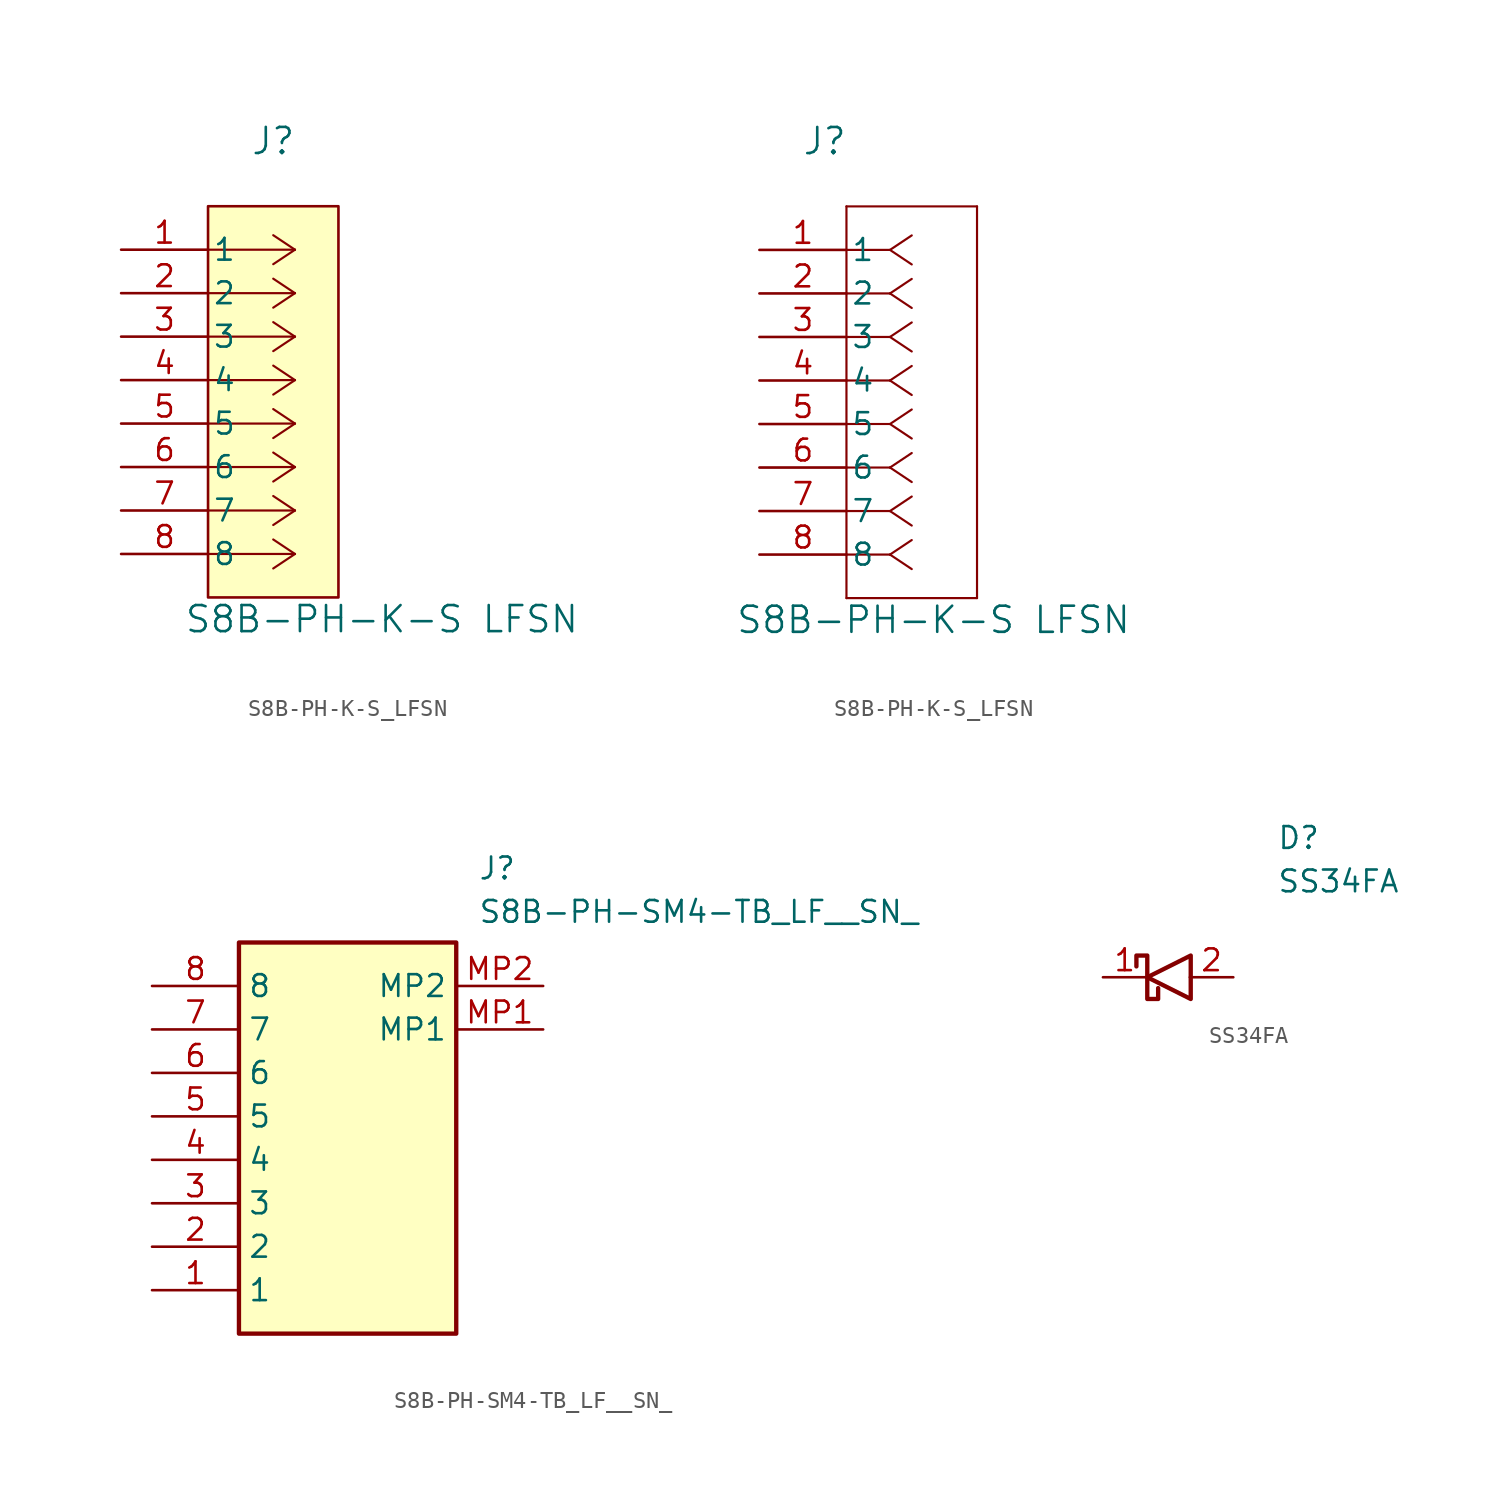
<source format=kicad_sym>
(kicad_symbol_lib
  (version 20220914)
  (generator kicad_symbol_editor)
  (symbol "S8B-PH-K-S_LFSN"
    (pin_names
      (offset 0.254))
    (property "Reference" "J"
      (at 3.81 6.35 0)
      (effects (font (size 1.524 1.524))))
    (property "Value" "S8B-PH-K-S LFSN"
      (at 10.16 -21.59 0)
      (effects (font (size 1.524 1.524))))
    (property "ki_locked" ""
      (at 0 0 0)
      (effects (font (size 1.27 1.27))))
    (symbol "S8B-PH-K-S_LFSN_1_1"
      (polyline (pts (xy 5.08 -17.78) (xy 0 -17.78)) (stroke (width 0.127) (type default)) (fill (type none)))
      (polyline (pts (xy 5.08 -17.78) (xy 3.81 -18.627)) (stroke (width 0.127) (type default)) (fill (type none)))
      (polyline (pts (xy 5.08 -17.78) (xy 3.81 -16.933)) (stroke (width 0.127) (type default)) (fill (type none)))
      (polyline (pts (xy 5.08 -15.24) (xy 0 -15.24)) (stroke (width 0.127) (type default)) (fill (type none)))
      (polyline (pts (xy 5.08 -15.24) (xy 3.81 -16.087)) (stroke (width 0.127) (type default)) (fill (type none)))
      (polyline (pts (xy 5.08 -15.24) (xy 3.81 -14.393)) (stroke (width 0.127) (type default)) (fill (type none)))
      (polyline (pts (xy 5.08 -12.7) (xy 0 -12.7)) (stroke (width 0.127) (type default)) (fill (type none)))
      (polyline (pts (xy 5.08 -12.7) (xy 3.81 -13.547)) (stroke (width 0.127) (type default)) (fill (type none)))
      (polyline (pts (xy 5.08 -12.7) (xy 3.81 -11.853)) (stroke (width 0.127) (type default)) (fill (type none)))
      (polyline (pts (xy 5.08 -10.16) (xy 0 -10.16)) (stroke (width 0.127) (type default)) (fill (type none)))
      (polyline (pts (xy 5.08 -10.16) (xy 3.81 -11.007)) (stroke (width 0.127) (type default)) (fill (type none)))
      (polyline (pts (xy 5.08 -10.16) (xy 3.81 -9.313)) (stroke (width 0.127) (type default)) (fill (type none)))
      (polyline (pts (xy 5.08 -7.62) (xy 0 -7.62)) (stroke (width 0.127) (type default)) (fill (type none)))
      (polyline (pts (xy 5.08 -7.62) (xy 3.81 -8.467)) (stroke (width 0.127) (type default)) (fill (type none)))
      (polyline (pts (xy 5.08 -7.62) (xy 3.81 -6.773)) (stroke (width 0.127) (type default)) (fill (type none)))
      (polyline (pts (xy 5.08 -5.08) (xy 0 -5.08)) (stroke (width 0.127) (type default)) (fill (type none)))
      (polyline (pts (xy 5.08 -5.08) (xy 3.81 -5.927)) (stroke (width 0.127) (type default)) (fill (type none)))
      (polyline (pts (xy 5.08 -5.08) (xy 3.81 -4.233)) (stroke (width 0.127) (type default)) (fill (type none)))
      (polyline (pts (xy 5.08 -2.54) (xy 0 -2.54)) (stroke (width 0.127) (type default)) (fill (type none)))
      (polyline (pts (xy 5.08 -2.54) (xy 3.81 -3.387)) (stroke (width 0.127) (type default)) (fill (type none)))
      (polyline (pts (xy 5.08 -2.54) (xy 3.81 -1.693)) (stroke (width 0.127) (type default)) (fill (type none)))
      (polyline (pts (xy 5.08 0) (xy 0 0)) (stroke (width 0.127) (type default)) (fill (type none)))
      (polyline (pts (xy 5.08 0) (xy 3.81 -0.847)) (stroke (width 0.127) (type default)) (fill (type none)))
      (polyline (pts (xy 5.08 0) (xy 3.81 0.847)) (stroke (width 0.127) (type default)) (fill (type none)))
      (rectangle (start 0 2.54) (end 7.62 -20.32) (stroke (width 0) (type default)) (fill (type background)))
      (pin unspecified line (at -5.08 0 0) (length 5.08) (name "1" (effects (font (size 1.27 1.27)))) (number "1" (effects (font (size 1.27 1.27)))))
      (pin unspecified line (at -5.08 -2.54 0) (length 5.08) (name "2" (effects (font (size 1.27 1.27)))) (number "2" (effects (font (size 1.27 1.27)))))
      (pin unspecified line (at -5.08 -5.08 0) (length 5.08) (name "3" (effects (font (size 1.27 1.27)))) (number "3" (effects (font (size 1.27 1.27)))))
      (pin unspecified line (at -5.08 -7.62 0) (length 5.08) (name "4" (effects (font (size 1.27 1.27)))) (number "4" (effects (font (size 1.27 1.27)))))
      (pin unspecified line (at -5.08 -10.16 0) (length 5.08) (name "5" (effects (font (size 1.27 1.27)))) (number "5" (effects (font (size 1.27 1.27)))))
      (pin unspecified line (at -5.08 -12.7 0) (length 5.08) (name "6" (effects (font (size 1.27 1.27)))) (number "6" (effects (font (size 1.27 1.27)))))
      (pin unspecified line (at -5.08 -15.24 0) (length 5.08) (name "7" (effects (font (size 1.27 1.27)))) (number "7" (effects (font (size 1.27 1.27)))))
      (pin unspecified line (at -5.08 -17.78 0) (length 5.08) (name "8" (effects (font (size 1.27 1.27)))) (number "8" (effects (font (size 1.27 1.27))))))
    (symbol "S8B-PH-K-S_LFSN_1_2"
      (polyline (pts (xy 5.08 -20.32) (xy 12.7 -20.32)) (stroke (width 0.127) (type default)) (fill (type none)))
      (polyline (pts (xy 5.08 2.54) (xy 5.08 -20.32)) (stroke (width 0.127) (type default)) (fill (type none)))
      (polyline (pts (xy 7.62 -17.78) (xy 5.08 -17.78)) (stroke (width 0.127) (type default)) (fill (type none)))
      (polyline (pts (xy 7.62 -17.78) (xy 8.89 -18.627)) (stroke (width 0.127) (type default)) (fill (type none)))
      (polyline (pts (xy 7.62 -17.78) (xy 8.89 -16.933)) (stroke (width 0.127) (type default)) (fill (type none)))
      (polyline (pts (xy 7.62 -15.24) (xy 5.08 -15.24)) (stroke (width 0.127) (type default)) (fill (type none)))
      (polyline (pts (xy 7.62 -15.24) (xy 8.89 -16.087)) (stroke (width 0.127) (type default)) (fill (type none)))
      (polyline (pts (xy 7.62 -15.24) (xy 8.89 -14.393)) (stroke (width 0.127) (type default)) (fill (type none)))
      (polyline (pts (xy 7.62 -12.7) (xy 5.08 -12.7)) (stroke (width 0.127) (type default)) (fill (type none)))
      (polyline (pts (xy 7.62 -12.7) (xy 8.89 -13.547)) (stroke (width 0.127) (type default)) (fill (type none)))
      (polyline (pts (xy 7.62 -12.7) (xy 8.89 -11.853)) (stroke (width 0.127) (type default)) (fill (type none)))
      (polyline (pts (xy 7.62 -10.16) (xy 5.08 -10.16)) (stroke (width 0.127) (type default)) (fill (type none)))
      (polyline (pts (xy 7.62 -10.16) (xy 8.89 -11.007)) (stroke (width 0.127) (type default)) (fill (type none)))
      (polyline (pts (xy 7.62 -10.16) (xy 8.89 -9.313)) (stroke (width 0.127) (type default)) (fill (type none)))
      (polyline (pts (xy 7.62 -7.62) (xy 5.08 -7.62)) (stroke (width 0.127) (type default)) (fill (type none)))
      (polyline (pts (xy 7.62 -7.62) (xy 8.89 -8.467)) (stroke (width 0.127) (type default)) (fill (type none)))
      (polyline (pts (xy 7.62 -7.62) (xy 8.89 -6.773)) (stroke (width 0.127) (type default)) (fill (type none)))
      (polyline (pts (xy 7.62 -5.08) (xy 5.08 -5.08)) (stroke (width 0.127) (type default)) (fill (type none)))
      (polyline (pts (xy 7.62 -5.08) (xy 8.89 -5.927)) (stroke (width 0.127) (type default)) (fill (type none)))
      (polyline (pts (xy 7.62 -5.08) (xy 8.89 -4.233)) (stroke (width 0.127) (type default)) (fill (type none)))
      (polyline (pts (xy 7.62 -2.54) (xy 5.08 -2.54)) (stroke (width 0.127) (type default)) (fill (type none)))
      (polyline (pts (xy 7.62 -2.54) (xy 8.89 -3.387)) (stroke (width 0.127) (type default)) (fill (type none)))
      (polyline (pts (xy 7.62 -2.54) (xy 8.89 -1.693)) (stroke (width 0.127) (type default)) (fill (type none)))
      (polyline (pts (xy 7.62 0) (xy 5.08 0)) (stroke (width 0.127) (type default)) (fill (type none)))
      (polyline (pts (xy 7.62 0) (xy 8.89 -0.847)) (stroke (width 0.127) (type default)) (fill (type none)))
      (polyline (pts (xy 7.62 0) (xy 8.89 0.847)) (stroke (width 0.127) (type default)) (fill (type none)))
      (polyline (pts (xy 12.7 -20.32) (xy 12.7 2.54)) (stroke (width 0.127) (type default)) (fill (type none)))
      (polyline (pts (xy 12.7 2.54) (xy 5.08 2.54)) (stroke (width 0.127) (type default)) (fill (type none)))
      (pin unspecified line (at 0 0 0) (length 5.08) (name "1" (effects (font (size 1.27 1.27)))) (number "1" (effects (font (size 1.27 1.27)))))
      (pin unspecified line (at 0 -2.54 0) (length 5.08) (name "2" (effects (font (size 1.27 1.27)))) (number "2" (effects (font (size 1.27 1.27)))))
      (pin unspecified line (at 0 -5.08 0) (length 5.08) (name "3" (effects (font (size 1.27 1.27)))) (number "3" (effects (font (size 1.27 1.27)))))
      (pin unspecified line (at 0 -7.62 0) (length 5.08) (name "4" (effects (font (size 1.27 1.27)))) (number "4" (effects (font (size 1.27 1.27)))))
      (pin unspecified line (at 0 -10.16 0) (length 5.08) (name "5" (effects (font (size 1.27 1.27)))) (number "5" (effects (font (size 1.27 1.27)))))
      (pin unspecified line (at 0 -12.7 0) (length 5.08) (name "6" (effects (font (size 1.27 1.27)))) (number "6" (effects (font (size 1.27 1.27)))))
      (pin unspecified line (at 0 -15.24 0) (length 5.08) (name "7" (effects (font (size 1.27 1.27)))) (number "7" (effects (font (size 1.27 1.27)))))
      (pin unspecified line (at 0 -17.78 0) (length 5.08) (name "8" (effects (font (size 1.27 1.27)))) (number "8" (effects (font (size 1.27 1.27)))))))
  (symbol "S8B-PH-SM4-TB_LF__SN_"
    (property "Reference" "J"
      (at 19.05 7.62 0)
      (effects (font (size 1.27 1.27)) (justify left top)))
    (property "Value" "S8B-PH-SM4-TB_LF__SN_"
      (at 19.05 5.08 0)
      (effects (font (size 1.27 1.27)) (justify left top)))
    (symbol "S8B-PH-SM4-TB_LF__SN__1_1"
      (rectangle (start 5.08 2.54) (end 17.78 -20.32) (stroke (width 0.254) (type default)) (fill (type background)))
      (pin passive line (at 0 -17.78 0) (length 5.08) (name "1" (effects (font (size 1.27 1.27)))) (number "1" (effects (font (size 1.27 1.27)))))
      (pin passive line (at 0 -15.24 0) (length 5.08) (name "2" (effects (font (size 1.27 1.27)))) (number "2" (effects (font (size 1.27 1.27)))))
      (pin passive line (at 0 -12.7 0) (length 5.08) (name "3" (effects (font (size 1.27 1.27)))) (number "3" (effects (font (size 1.27 1.27)))))
      (pin passive line (at 0 -10.16 0) (length 5.08) (name "4" (effects (font (size 1.27 1.27)))) (number "4" (effects (font (size 1.27 1.27)))))
      (pin passive line (at 0 -7.62 0) (length 5.08) (name "5" (effects (font (size 1.27 1.27)))) (number "5" (effects (font (size 1.27 1.27)))))
      (pin passive line (at 0 -5.08 0) (length 5.08) (name "6" (effects (font (size 1.27 1.27)))) (number "6" (effects (font (size 1.27 1.27)))))
      (pin passive line (at 0 -2.54 0) (length 5.08) (name "7" (effects (font (size 1.27 1.27)))) (number "7" (effects (font (size 1.27 1.27)))))
      (pin passive line (at 0 0 0) (length 5.08) (name "8" (effects (font (size 1.27 1.27)))) (number "8" (effects (font (size 1.27 1.27)))))
      (pin passive line (at 22.86 -2.54 180) (length 5.08) (name "MP1" (effects (font (size 1.27 1.27)))) (number "MP1" (effects (font (size 1.27 1.27)))))
      (pin passive line (at 22.86 0 180) (length 5.08) (name "MP2" (effects (font (size 1.27 1.27)))) (number "MP2" (effects (font (size 1.27 1.27)))))))
  (symbol "SS34FA"
    (pin_names hide)
    (property "Reference" "D"
      (at 12.7 8.89 0)
      (effects (font (size 1.27 1.27)) (justify left top)))
    (property "Value" "SS34FA"
      (at 12.7 6.35 0)
      (effects (font (size 1.27 1.27)) (justify left top)))
    (symbol "SS34FA_0_1"
      (polyline (pts (xy 7.671 1.27) (xy 7.671 -1.27) (xy 5.131 0) (xy 7.671 1.27)) (stroke (width 0.254) (type default)) (fill (type none)))
      (polyline (pts (xy 4.496 0.635) (xy 4.496 1.27) (xy 5.131 1.27) (xy 5.131 -1.27) (xy 5.766 -1.27) (xy 5.766 -0.635)) (stroke (width 0.254) (type default)) (fill (type none))))
    (symbol "SS34FA_1_1"
      (pin passive line (at 2.54 0 0) (length 2.54) (name "K" (effects (font (size 1.27 1.27)))) (number "1" (effects (font (size 1.27 1.27)))))
      (pin passive line (at 10.16 0 180) (length 2.54) (name "A" (effects (font (size 1.27 1.27)))) (number "2" (effects (font (size 1.27 1.27))))))))
</source>
